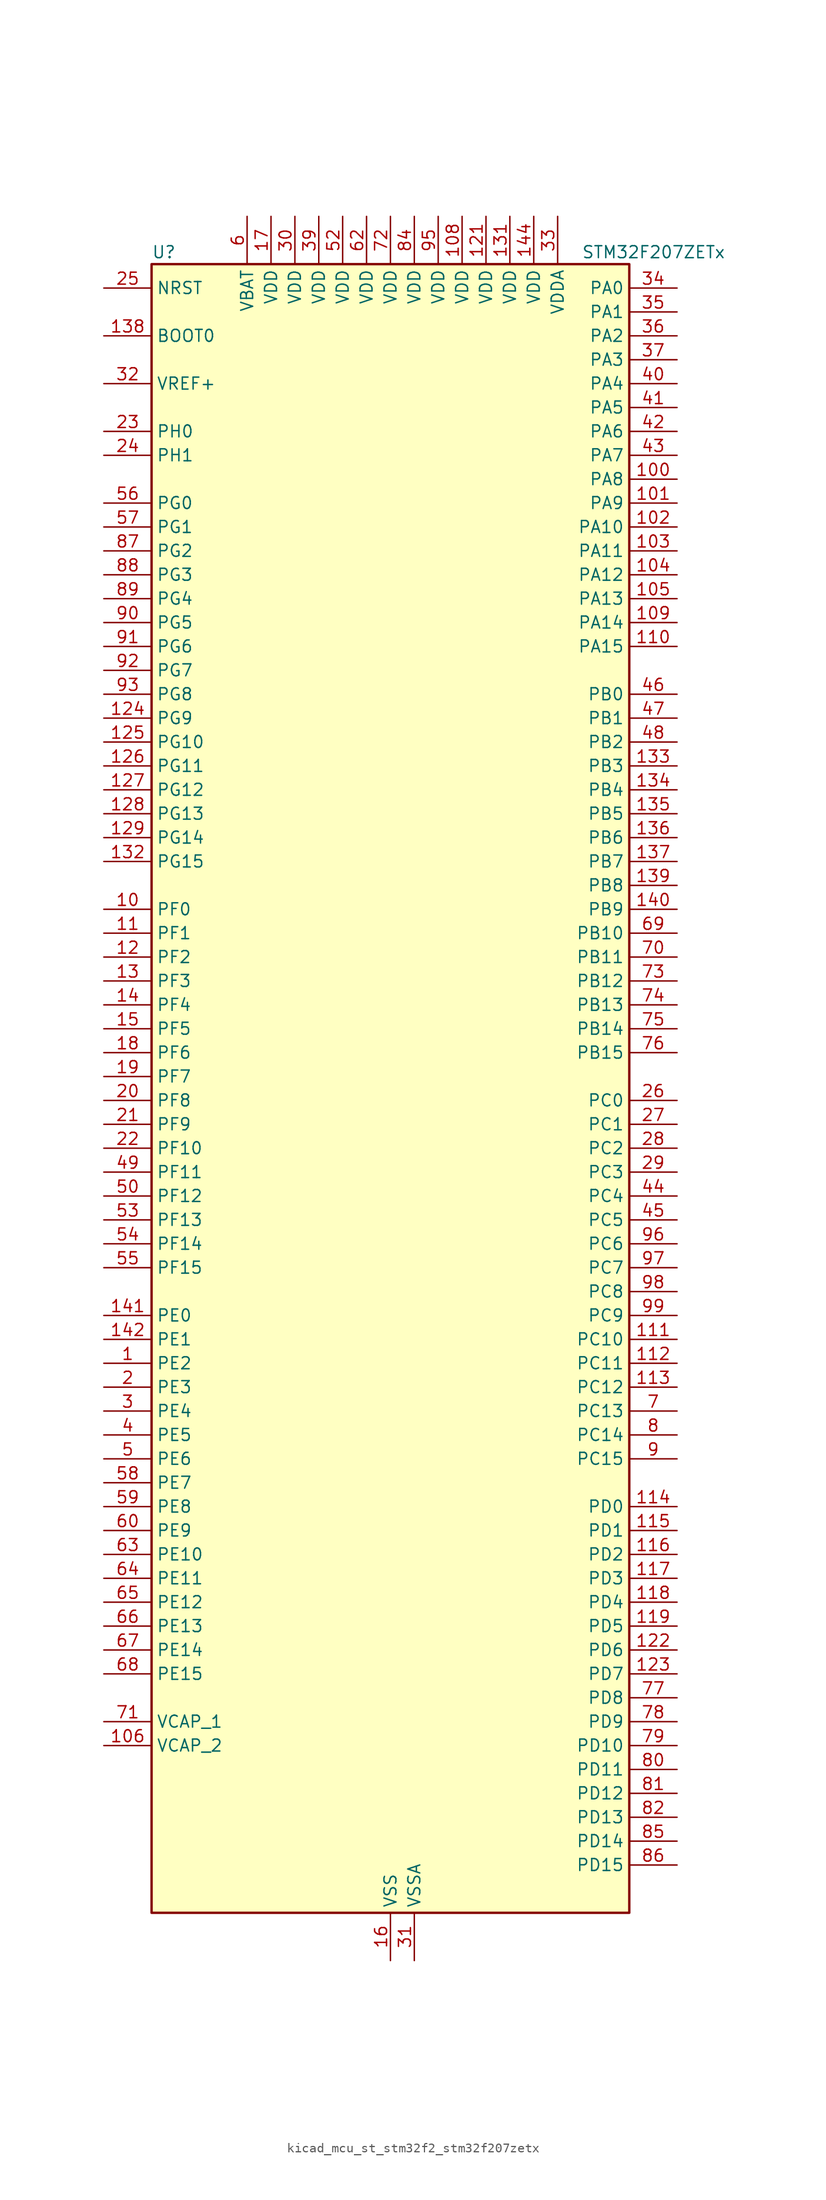
<source format=kicad_sym>
(kicad_symbol_lib
  (version 20220914)
  (generator kicad_symbol_editor)
  (symbol "kicad_mcu_st_stm32f2_stm32f207zetx"
    (property "Reference" "U"
      (at -25.4 90.17 0)
      (effects (font (size 1.27 1.27)) (justify left)))
    (property "Value" "STM32F207ZETx"
      (at 20.32 90.17 0)
      (effects (font (size 1.27 1.27)) (justify left)))
    (property "ki_locked" ""
      (at 0 0 0)
      (effects (font (size 1.27 1.27))))
    (symbol "kicad_mcu_st_stm32f2_stm32f207zetx_0_1"
      (rectangle (start -25.4 -86.36) (end 25.4 88.9) (stroke (width 0.254) (type default)) (fill (type background))))
    (symbol "kicad_mcu_st_stm32f2_stm32f207zetx_1_1"
      (pin bidirectional line (at -30.48 -27.94 0) (length 5.08) (name "PE2" (effects (font (size 1.27 1.27)))) (number "1" (effects (font (size 1.27 1.27)))) (alternate "ETH_TXD3" bidirectional line) (alternate "FSMC_A23" bidirectional line) (alternate "SYS_TRACECLK" bidirectional line))
      (pin bidirectional line (at -30.48 20.32 0) (length 5.08) (name "PF0" (effects (font (size 1.27 1.27)))) (number "10" (effects (font (size 1.27 1.27)))) (alternate "FSMC_A0" bidirectional line) (alternate "I2C2_SDA" bidirectional line))
      (pin bidirectional line (at 30.48 66.04 180) (length 5.08) (name "PA8" (effects (font (size 1.27 1.27)))) (number "100" (effects (font (size 1.27 1.27)))) (alternate "I2C3_SCL" bidirectional line) (alternate "RCC_MCO_1" bidirectional line) (alternate "TIM1_CH1" bidirectional line) (alternate "USART1_CK" bidirectional line) (alternate "USB_OTG_FS_SOF" bidirectional line))
      (pin bidirectional line (at 30.48 63.5 180) (length 5.08) (name "PA9" (effects (font (size 1.27 1.27)))) (number "101" (effects (font (size 1.27 1.27)))) (alternate "DAC_EXTI9" bidirectional line) (alternate "DCMI_D0" bidirectional line) (alternate "I2C3_SMBA" bidirectional line) (alternate "TIM1_CH2" bidirectional line) (alternate "USART1_TX" bidirectional line) (alternate "USB_OTG_FS_VBUS" bidirectional line))
      (pin bidirectional line (at 30.48 60.96 180) (length 5.08) (name "PA10" (effects (font (size 1.27 1.27)))) (number "102" (effects (font (size 1.27 1.27)))) (alternate "DCMI_D1" bidirectional line) (alternate "TIM1_CH3" bidirectional line) (alternate "USART1_RX" bidirectional line) (alternate "USB_OTG_FS_ID" bidirectional line))
      (pin bidirectional line (at 30.48 58.42 180) (length 5.08) (name "PA11" (effects (font (size 1.27 1.27)))) (number "103" (effects (font (size 1.27 1.27)))) (alternate "ADC1_EXTI11" bidirectional line) (alternate "ADC2_EXTI11" bidirectional line) (alternate "ADC3_EXTI11" bidirectional line) (alternate "CAN1_RX" bidirectional line) (alternate "TIM1_CH4" bidirectional line) (alternate "USART1_CTS" bidirectional line) (alternate "USB_OTG_FS_DM" bidirectional line))
      (pin bidirectional line (at 30.48 55.88 180) (length 5.08) (name "PA12" (effects (font (size 1.27 1.27)))) (number "104" (effects (font (size 1.27 1.27)))) (alternate "CAN1_TX" bidirectional line) (alternate "TIM1_ETR" bidirectional line) (alternate "USART1_RTS" bidirectional line) (alternate "USB_OTG_FS_DP" bidirectional line))
      (pin bidirectional line (at 30.48 53.34 180) (length 5.08) (name "PA13" (effects (font (size 1.27 1.27)))) (number "105" (effects (font (size 1.27 1.27)))) (alternate "SYS_JTMS-SWDIO" bidirectional line))
      (pin power_out line (at -30.48 -68.58 0) (length 5.08) (name "VCAP_2" (effects (font (size 1.27 1.27)))) (number "106" (effects (font (size 1.27 1.27)))))
      (pin passive line (at 0 -91.44 90) (length 5.08) hide (name "VSS" (effects (font (size 1.27 1.27)))) (number "107" (effects (font (size 1.27 1.27)))))
      (pin power_in line (at 7.62 93.98 270) (length 5.08) (name "VDD" (effects (font (size 1.27 1.27)))) (number "108" (effects (font (size 1.27 1.27)))))
      (pin bidirectional line (at 30.48 50.8 180) (length 5.08) (name "PA14" (effects (font (size 1.27 1.27)))) (number "109" (effects (font (size 1.27 1.27)))) (alternate "SYS_JTCK-SWCLK" bidirectional line))
      (pin bidirectional line (at -30.48 17.78 0) (length 5.08) (name "PF1" (effects (font (size 1.27 1.27)))) (number "11" (effects (font (size 1.27 1.27)))) (alternate "FSMC_A1" bidirectional line) (alternate "I2C2_SCL" bidirectional line))
      (pin bidirectional line (at 30.48 48.26 180) (length 5.08) (name "PA15" (effects (font (size 1.27 1.27)))) (number "110" (effects (font (size 1.27 1.27)))) (alternate "ADC1_EXTI15" bidirectional line) (alternate "ADC2_EXTI15" bidirectional line) (alternate "ADC3_EXTI15" bidirectional line) (alternate "I2S3_WS" bidirectional line) (alternate "SPI1_NSS" bidirectional line) (alternate "SPI3_NSS" bidirectional line) (alternate "SYS_JTDI" bidirectional line) (alternate "TIM2_CH1" bidirectional line) (alternate "TIM2_ETR" bidirectional line))
      (pin bidirectional line (at 30.48 -25.4 180) (length 5.08) (name "PC10" (effects (font (size 1.27 1.27)))) (number "111" (effects (font (size 1.27 1.27)))) (alternate "DCMI_D8" bidirectional line) (alternate "I2S3_SCK" bidirectional line) (alternate "SDIO_D2" bidirectional line) (alternate "SPI3_SCK" bidirectional line) (alternate "UART4_TX" bidirectional line) (alternate "USART3_TX" bidirectional line))
      (pin bidirectional line (at 30.48 -27.94 180) (length 5.08) (name "PC11" (effects (font (size 1.27 1.27)))) (number "112" (effects (font (size 1.27 1.27)))) (alternate "ADC1_EXTI11" bidirectional line) (alternate "ADC2_EXTI11" bidirectional line) (alternate "ADC3_EXTI11" bidirectional line) (alternate "DCMI_D4" bidirectional line) (alternate "SDIO_D3" bidirectional line) (alternate "SPI3_MISO" bidirectional line) (alternate "UART4_RX" bidirectional line) (alternate "USART3_RX" bidirectional line))
      (pin bidirectional line (at 30.48 -30.48 180) (length 5.08) (name "PC12" (effects (font (size 1.27 1.27)))) (number "113" (effects (font (size 1.27 1.27)))) (alternate "DCMI_D9" bidirectional line) (alternate "I2S3_SD" bidirectional line) (alternate "SDIO_CK" bidirectional line) (alternate "SPI3_MOSI" bidirectional line) (alternate "UART5_TX" bidirectional line) (alternate "USART3_CK" bidirectional line))
      (pin bidirectional line (at 30.48 -43.18 180) (length 5.08) (name "PD0" (effects (font (size 1.27 1.27)))) (number "114" (effects (font (size 1.27 1.27)))) (alternate "CAN1_RX" bidirectional line) (alternate "FSMC_D2" bidirectional line) (alternate "FSMC_DA2" bidirectional line))
      (pin bidirectional line (at 30.48 -45.72 180) (length 5.08) (name "PD1" (effects (font (size 1.27 1.27)))) (number "115" (effects (font (size 1.27 1.27)))) (alternate "CAN1_TX" bidirectional line) (alternate "FSMC_D3" bidirectional line) (alternate "FSMC_DA3" bidirectional line))
      (pin bidirectional line (at 30.48 -48.26 180) (length 5.08) (name "PD2" (effects (font (size 1.27 1.27)))) (number "116" (effects (font (size 1.27 1.27)))) (alternate "DCMI_D11" bidirectional line) (alternate "SDIO_CMD" bidirectional line) (alternate "TIM3_ETR" bidirectional line) (alternate "UART5_RX" bidirectional line))
      (pin bidirectional line (at 30.48 -50.8 180) (length 5.08) (name "PD3" (effects (font (size 1.27 1.27)))) (number "117" (effects (font (size 1.27 1.27)))) (alternate "FSMC_CLK" bidirectional line) (alternate "USART2_CTS" bidirectional line))
      (pin bidirectional line (at 30.48 -53.34 180) (length 5.08) (name "PD4" (effects (font (size 1.27 1.27)))) (number "118" (effects (font (size 1.27 1.27)))) (alternate "FSMC_NOE" bidirectional line) (alternate "USART2_RTS" bidirectional line))
      (pin bidirectional line (at 30.48 -55.88 180) (length 5.08) (name "PD5" (effects (font (size 1.27 1.27)))) (number "119" (effects (font (size 1.27 1.27)))) (alternate "FSMC_NWE" bidirectional line) (alternate "USART2_TX" bidirectional line))
      (pin bidirectional line (at -30.48 15.24 0) (length 5.08) (name "PF2" (effects (font (size 1.27 1.27)))) (number "12" (effects (font (size 1.27 1.27)))) (alternate "FSMC_A2" bidirectional line) (alternate "I2C2_SMBA" bidirectional line))
      (pin passive line (at 0 -91.44 90) (length 5.08) hide (name "VSS" (effects (font (size 1.27 1.27)))) (number "120" (effects (font (size 1.27 1.27)))))
      (pin power_in line (at 10.16 93.98 270) (length 5.08) (name "VDD" (effects (font (size 1.27 1.27)))) (number "121" (effects (font (size 1.27 1.27)))))
      (pin bidirectional line (at 30.48 -58.42 180) (length 5.08) (name "PD6" (effects (font (size 1.27 1.27)))) (number "122" (effects (font (size 1.27 1.27)))) (alternate "FSMC_NWAIT" bidirectional line) (alternate "USART2_RX" bidirectional line))
      (pin bidirectional line (at 30.48 -60.96 180) (length 5.08) (name "PD7" (effects (font (size 1.27 1.27)))) (number "123" (effects (font (size 1.27 1.27)))) (alternate "FSMC_NCE2" bidirectional line) (alternate "FSMC_NE1" bidirectional line) (alternate "USART2_CK" bidirectional line))
      (pin bidirectional line (at -30.48 40.64 0) (length 5.08) (name "PG9" (effects (font (size 1.27 1.27)))) (number "124" (effects (font (size 1.27 1.27)))) (alternate "DAC_EXTI9" bidirectional line) (alternate "FSMC_NCE3" bidirectional line) (alternate "FSMC_NE2" bidirectional line) (alternate "USART6_RX" bidirectional line))
      (pin bidirectional line (at -30.48 38.1 0) (length 5.08) (name "PG10" (effects (font (size 1.27 1.27)))) (number "125" (effects (font (size 1.27 1.27)))) (alternate "FSMC_NCE4_1" bidirectional line) (alternate "FSMC_NE3" bidirectional line))
      (pin bidirectional line (at -30.48 35.56 0) (length 5.08) (name "PG11" (effects (font (size 1.27 1.27)))) (number "126" (effects (font (size 1.27 1.27)))) (alternate "ADC1_EXTI11" bidirectional line) (alternate "ADC2_EXTI11" bidirectional line) (alternate "ADC3_EXTI11" bidirectional line) (alternate "ETH_TX_EN" bidirectional line) (alternate "FSMC_NCE4_2" bidirectional line))
      (pin bidirectional line (at -30.48 33.02 0) (length 5.08) (name "PG12" (effects (font (size 1.27 1.27)))) (number "127" (effects (font (size 1.27 1.27)))) (alternate "FSMC_NE4" bidirectional line) (alternate "USART6_RTS" bidirectional line))
      (pin bidirectional line (at -30.48 30.48 0) (length 5.08) (name "PG13" (effects (font (size 1.27 1.27)))) (number "128" (effects (font (size 1.27 1.27)))) (alternate "ETH_TXD0" bidirectional line) (alternate "FSMC_A24" bidirectional line) (alternate "USART6_CTS" bidirectional line))
      (pin bidirectional line (at -30.48 27.94 0) (length 5.08) (name "PG14" (effects (font (size 1.27 1.27)))) (number "129" (effects (font (size 1.27 1.27)))) (alternate "ETH_TXD1" bidirectional line) (alternate "FSMC_A25" bidirectional line) (alternate "USART6_TX" bidirectional line))
      (pin bidirectional line (at -30.48 12.7 0) (length 5.08) (name "PF3" (effects (font (size 1.27 1.27)))) (number "13" (effects (font (size 1.27 1.27)))) (alternate "ADC3_IN9" bidirectional line) (alternate "FSMC_A3" bidirectional line))
      (pin passive line (at 0 -91.44 90) (length 5.08) hide (name "VSS" (effects (font (size 1.27 1.27)))) (number "130" (effects (font (size 1.27 1.27)))))
      (pin power_in line (at 12.7 93.98 270) (length 5.08) (name "VDD" (effects (font (size 1.27 1.27)))) (number "131" (effects (font (size 1.27 1.27)))))
      (pin bidirectional line (at -30.48 25.4 0) (length 5.08) (name "PG15" (effects (font (size 1.27 1.27)))) (number "132" (effects (font (size 1.27 1.27)))) (alternate "ADC1_EXTI15" bidirectional line) (alternate "ADC2_EXTI15" bidirectional line) (alternate "ADC3_EXTI15" bidirectional line) (alternate "DCMI_D13" bidirectional line) (alternate "USART6_CTS" bidirectional line))
      (pin bidirectional line (at 30.48 35.56 180) (length 5.08) (name "PB3" (effects (font (size 1.27 1.27)))) (number "133" (effects (font (size 1.27 1.27)))) (alternate "I2S3_SCK" bidirectional line) (alternate "SPI1_SCK" bidirectional line) (alternate "SPI3_SCK" bidirectional line) (alternate "SYS_JTDO-SWO" bidirectional line) (alternate "TIM2_CH2" bidirectional line))
      (pin bidirectional line (at 30.48 33.02 180) (length 5.08) (name "PB4" (effects (font (size 1.27 1.27)))) (number "134" (effects (font (size 1.27 1.27)))) (alternate "SPI1_MISO" bidirectional line) (alternate "SPI3_MISO" bidirectional line) (alternate "SYS_JTRST" bidirectional line) (alternate "TIM3_CH1" bidirectional line))
      (pin bidirectional line (at 30.48 30.48 180) (length 5.08) (name "PB5" (effects (font (size 1.27 1.27)))) (number "135" (effects (font (size 1.27 1.27)))) (alternate "CAN2_RX" bidirectional line) (alternate "DCMI_D10" bidirectional line) (alternate "ETH_PPS_OUT" bidirectional line) (alternate "I2C1_SMBA" bidirectional line) (alternate "I2S3_SD" bidirectional line) (alternate "SPI1_MOSI" bidirectional line) (alternate "SPI3_MOSI" bidirectional line) (alternate "TIM3_CH2" bidirectional line) (alternate "USB_OTG_HS_ULPI_D7" bidirectional line))
      (pin bidirectional line (at 30.48 27.94 180) (length 5.08) (name "PB6" (effects (font (size 1.27 1.27)))) (number "136" (effects (font (size 1.27 1.27)))) (alternate "CAN2_TX" bidirectional line) (alternate "DCMI_D5" bidirectional line) (alternate "I2C1_SCL" bidirectional line) (alternate "TIM4_CH1" bidirectional line) (alternate "USART1_TX" bidirectional line))
      (pin bidirectional line (at 30.48 25.4 180) (length 5.08) (name "PB7" (effects (font (size 1.27 1.27)))) (number "137" (effects (font (size 1.27 1.27)))) (alternate "DCMI_VSYNC" bidirectional line) (alternate "FSMC_NL" bidirectional line) (alternate "I2C1_SDA" bidirectional line) (alternate "TIM4_CH2" bidirectional line) (alternate "USART1_RX" bidirectional line))
      (pin input line (at -30.48 81.28 0) (length 5.08) (name "BOOT0" (effects (font (size 1.27 1.27)))) (number "138" (effects (font (size 1.27 1.27)))))
      (pin bidirectional line (at 30.48 22.86 180) (length 5.08) (name "PB8" (effects (font (size 1.27 1.27)))) (number "139" (effects (font (size 1.27 1.27)))) (alternate "CAN1_RX" bidirectional line) (alternate "DCMI_D6" bidirectional line) (alternate "ETH_TXD3" bidirectional line) (alternate "I2C1_SCL" bidirectional line) (alternate "SDIO_D4" bidirectional line) (alternate "TIM10_CH1" bidirectional line) (alternate "TIM4_CH3" bidirectional line))
      (pin bidirectional line (at -30.48 10.16 0) (length 5.08) (name "PF4" (effects (font (size 1.27 1.27)))) (number "14" (effects (font (size 1.27 1.27)))) (alternate "ADC3_IN14" bidirectional line) (alternate "FSMC_A4" bidirectional line))
      (pin bidirectional line (at 30.48 20.32 180) (length 5.08) (name "PB9" (effects (font (size 1.27 1.27)))) (number "140" (effects (font (size 1.27 1.27)))) (alternate "CAN1_TX" bidirectional line) (alternate "DAC_EXTI9" bidirectional line) (alternate "DCMI_D7" bidirectional line) (alternate "I2C1_SDA" bidirectional line) (alternate "I2S2_WS" bidirectional line) (alternate "SDIO_D5" bidirectional line) (alternate "SPI2_NSS" bidirectional line) (alternate "TIM11_CH1" bidirectional line) (alternate "TIM4_CH4" bidirectional line))
      (pin bidirectional line (at -30.48 -22.86 0) (length 5.08) (name "PE0" (effects (font (size 1.27 1.27)))) (number "141" (effects (font (size 1.27 1.27)))) (alternate "DCMI_D2" bidirectional line) (alternate "FSMC_NBL0" bidirectional line) (alternate "TIM4_ETR" bidirectional line))
      (pin bidirectional line (at -30.48 -25.4 0) (length 5.08) (name "PE1" (effects (font (size 1.27 1.27)))) (number "142" (effects (font (size 1.27 1.27)))) (alternate "DCMI_D3" bidirectional line) (alternate "FSMC_NBL1" bidirectional line))
      (pin no_connect line (at -25.4 -86.36 0) (length 5.08) hide (name "RFU" (effects (font (size 1.27 1.27)))) (number "143" (effects (font (size 1.27 1.27)))))
      (pin power_in line (at 15.24 93.98 270) (length 5.08) (name "VDD" (effects (font (size 1.27 1.27)))) (number "144" (effects (font (size 1.27 1.27)))))
      (pin bidirectional line (at -30.48 7.62 0) (length 5.08) (name "PF5" (effects (font (size 1.27 1.27)))) (number "15" (effects (font (size 1.27 1.27)))) (alternate "ADC3_IN15" bidirectional line) (alternate "FSMC_A5" bidirectional line))
      (pin power_in line (at 0 -91.44 90) (length 5.08) (name "VSS" (effects (font (size 1.27 1.27)))) (number "16" (effects (font (size 1.27 1.27)))))
      (pin power_in line (at -12.7 93.98 270) (length 5.08) (name "VDD" (effects (font (size 1.27 1.27)))) (number "17" (effects (font (size 1.27 1.27)))))
      (pin bidirectional line (at -30.48 5.08 0) (length 5.08) (name "PF6" (effects (font (size 1.27 1.27)))) (number "18" (effects (font (size 1.27 1.27)))) (alternate "ADC3_IN4" bidirectional line) (alternate "FSMC_NIORD" bidirectional line) (alternate "TIM10_CH1" bidirectional line))
      (pin bidirectional line (at -30.48 2.54 0) (length 5.08) (name "PF7" (effects (font (size 1.27 1.27)))) (number "19" (effects (font (size 1.27 1.27)))) (alternate "ADC3_IN5" bidirectional line) (alternate "FSMC_NREG" bidirectional line) (alternate "TIM11_CH1" bidirectional line))
      (pin bidirectional line (at -30.48 -30.48 0) (length 5.08) (name "PE3" (effects (font (size 1.27 1.27)))) (number "2" (effects (font (size 1.27 1.27)))) (alternate "FSMC_A19" bidirectional line) (alternate "SYS_TRACED0" bidirectional line))
      (pin bidirectional line (at -30.48 0 0) (length 5.08) (name "PF8" (effects (font (size 1.27 1.27)))) (number "20" (effects (font (size 1.27 1.27)))) (alternate "ADC3_IN6" bidirectional line) (alternate "FSMC_NIOWR" bidirectional line) (alternate "TIM13_CH1" bidirectional line))
      (pin bidirectional line (at -30.48 -2.54 0) (length 5.08) (name "PF9" (effects (font (size 1.27 1.27)))) (number "21" (effects (font (size 1.27 1.27)))) (alternate "ADC3_IN7" bidirectional line) (alternate "DAC_EXTI9" bidirectional line) (alternate "FSMC_CD" bidirectional line) (alternate "TIM14_CH1" bidirectional line))
      (pin bidirectional line (at -30.48 -5.08 0) (length 5.08) (name "PF10" (effects (font (size 1.27 1.27)))) (number "22" (effects (font (size 1.27 1.27)))) (alternate "ADC3_IN8" bidirectional line) (alternate "FSMC_INTR" bidirectional line))
      (pin bidirectional line (at -30.48 71.12 0) (length 5.08) (name "PH0" (effects (font (size 1.27 1.27)))) (number "23" (effects (font (size 1.27 1.27)))) (alternate "RCC_OSC_IN" bidirectional line))
      (pin bidirectional line (at -30.48 68.58 0) (length 5.08) (name "PH1" (effects (font (size 1.27 1.27)))) (number "24" (effects (font (size 1.27 1.27)))) (alternate "RCC_OSC_OUT" bidirectional line))
      (pin input line (at -30.48 86.36 0) (length 5.08) (name "NRST" (effects (font (size 1.27 1.27)))) (number "25" (effects (font (size 1.27 1.27)))))
      (pin bidirectional line (at 30.48 0 180) (length 5.08) (name "PC0" (effects (font (size 1.27 1.27)))) (number "26" (effects (font (size 1.27 1.27)))) (alternate "ADC1_IN10" bidirectional line) (alternate "ADC2_IN10" bidirectional line) (alternate "ADC3_IN10" bidirectional line) (alternate "USB_OTG_HS_ULPI_STP" bidirectional line))
      (pin bidirectional line (at 30.48 -2.54 180) (length 5.08) (name "PC1" (effects (font (size 1.27 1.27)))) (number "27" (effects (font (size 1.27 1.27)))) (alternate "ADC1_IN11" bidirectional line) (alternate "ADC2_IN11" bidirectional line) (alternate "ADC3_IN11" bidirectional line) (alternate "ETH_MDC" bidirectional line))
      (pin bidirectional line (at 30.48 -5.08 180) (length 5.08) (name "PC2" (effects (font (size 1.27 1.27)))) (number "28" (effects (font (size 1.27 1.27)))) (alternate "ADC1_IN12" bidirectional line) (alternate "ADC2_IN12" bidirectional line) (alternate "ADC3_IN12" bidirectional line) (alternate "ETH_TXD2" bidirectional line) (alternate "SPI2_MISO" bidirectional line) (alternate "USB_OTG_HS_ULPI_DIR" bidirectional line))
      (pin bidirectional line (at 30.48 -7.62 180) (length 5.08) (name "PC3" (effects (font (size 1.27 1.27)))) (number "29" (effects (font (size 1.27 1.27)))) (alternate "ADC1_IN13" bidirectional line) (alternate "ADC2_IN13" bidirectional line) (alternate "ADC3_IN13" bidirectional line) (alternate "ETH_TX_CLK" bidirectional line) (alternate "I2S2_SD" bidirectional line) (alternate "SPI2_MOSI" bidirectional line) (alternate "USB_OTG_HS_ULPI_NXT" bidirectional line))
      (pin bidirectional line (at -30.48 -33.02 0) (length 5.08) (name "PE4" (effects (font (size 1.27 1.27)))) (number "3" (effects (font (size 1.27 1.27)))) (alternate "DCMI_D4" bidirectional line) (alternate "FSMC_A20" bidirectional line) (alternate "SYS_TRACED1" bidirectional line))
      (pin power_in line (at -10.16 93.98 270) (length 5.08) (name "VDD" (effects (font (size 1.27 1.27)))) (number "30" (effects (font (size 1.27 1.27)))))
      (pin power_in line (at 2.54 -91.44 90) (length 5.08) (name "VSSA" (effects (font (size 1.27 1.27)))) (number "31" (effects (font (size 1.27 1.27)))))
      (pin input line (at -30.48 76.2 0) (length 5.08) (name "VREF+" (effects (font (size 1.27 1.27)))) (number "32" (effects (font (size 1.27 1.27)))))
      (pin power_in line (at 17.78 93.98 270) (length 5.08) (name "VDDA" (effects (font (size 1.27 1.27)))) (number "33" (effects (font (size 1.27 1.27)))))
      (pin bidirectional line (at 30.48 86.36 180) (length 5.08) (name "PA0" (effects (font (size 1.27 1.27)))) (number "34" (effects (font (size 1.27 1.27)))) (alternate "ADC1_IN0" bidirectional line) (alternate "ADC2_IN0" bidirectional line) (alternate "ADC3_IN0" bidirectional line) (alternate "ETH_CRS" bidirectional line) (alternate "SYS_WKUP" bidirectional line) (alternate "TIM2_CH1" bidirectional line) (alternate "TIM2_ETR" bidirectional line) (alternate "TIM5_CH1" bidirectional line) (alternate "TIM8_ETR" bidirectional line) (alternate "UART4_TX" bidirectional line) (alternate "USART2_CTS" bidirectional line))
      (pin bidirectional line (at 30.48 83.82 180) (length 5.08) (name "PA1" (effects (font (size 1.27 1.27)))) (number "35" (effects (font (size 1.27 1.27)))) (alternate "ADC1_IN1" bidirectional line) (alternate "ADC2_IN1" bidirectional line) (alternate "ADC3_IN1" bidirectional line) (alternate "ETH_REF_CLK" bidirectional line) (alternate "ETH_RX_CLK" bidirectional line) (alternate "TIM2_CH2" bidirectional line) (alternate "TIM5_CH2" bidirectional line) (alternate "UART4_RX" bidirectional line) (alternate "USART2_RTS" bidirectional line))
      (pin bidirectional line (at 30.48 81.28 180) (length 5.08) (name "PA2" (effects (font (size 1.27 1.27)))) (number "36" (effects (font (size 1.27 1.27)))) (alternate "ADC1_IN2" bidirectional line) (alternate "ADC2_IN2" bidirectional line) (alternate "ADC3_IN2" bidirectional line) (alternate "ETH_MDIO" bidirectional line) (alternate "TIM2_CH3" bidirectional line) (alternate "TIM5_CH3" bidirectional line) (alternate "TIM9_CH1" bidirectional line) (alternate "USART2_TX" bidirectional line))
      (pin bidirectional line (at 30.48 78.74 180) (length 5.08) (name "PA3" (effects (font (size 1.27 1.27)))) (number "37" (effects (font (size 1.27 1.27)))) (alternate "ADC1_IN3" bidirectional line) (alternate "ADC2_IN3" bidirectional line) (alternate "ADC3_IN3" bidirectional line) (alternate "ETH_COL" bidirectional line) (alternate "TIM2_CH4" bidirectional line) (alternate "TIM5_CH4" bidirectional line) (alternate "TIM9_CH2" bidirectional line) (alternate "USART2_RX" bidirectional line) (alternate "USB_OTG_HS_ULPI_D0" bidirectional line))
      (pin passive line (at 0 -91.44 90) (length 5.08) hide (name "VSS" (effects (font (size 1.27 1.27)))) (number "38" (effects (font (size 1.27 1.27)))))
      (pin power_in line (at -7.62 93.98 270) (length 5.08) (name "VDD" (effects (font (size 1.27 1.27)))) (number "39" (effects (font (size 1.27 1.27)))))
      (pin bidirectional line (at -30.48 -35.56 0) (length 5.08) (name "PE5" (effects (font (size 1.27 1.27)))) (number "4" (effects (font (size 1.27 1.27)))) (alternate "DCMI_D6" bidirectional line) (alternate "FSMC_A21" bidirectional line) (alternate "SYS_TRACED2" bidirectional line) (alternate "TIM9_CH1" bidirectional line))
      (pin bidirectional line (at 30.48 76.2 180) (length 5.08) (name "PA4" (effects (font (size 1.27 1.27)))) (number "40" (effects (font (size 1.27 1.27)))) (alternate "ADC1_IN4" bidirectional line) (alternate "ADC2_IN4" bidirectional line) (alternate "DAC_OUT1" bidirectional line) (alternate "DCMI_HSYNC" bidirectional line) (alternate "I2S3_WS" bidirectional line) (alternate "SPI1_NSS" bidirectional line) (alternate "SPI3_NSS" bidirectional line) (alternate "USART2_CK" bidirectional line) (alternate "USB_OTG_HS_SOF" bidirectional line))
      (pin bidirectional line (at 30.48 73.66 180) (length 5.08) (name "PA5" (effects (font (size 1.27 1.27)))) (number "41" (effects (font (size 1.27 1.27)))) (alternate "ADC1_IN5" bidirectional line) (alternate "ADC2_IN5" bidirectional line) (alternate "DAC_OUT2" bidirectional line) (alternate "SPI1_SCK" bidirectional line) (alternate "TIM2_CH1" bidirectional line) (alternate "TIM2_ETR" bidirectional line) (alternate "TIM8_CH1N" bidirectional line) (alternate "USB_OTG_HS_ULPI_CK" bidirectional line))
      (pin bidirectional line (at 30.48 71.12 180) (length 5.08) (name "PA6" (effects (font (size 1.27 1.27)))) (number "42" (effects (font (size 1.27 1.27)))) (alternate "ADC1_IN6" bidirectional line) (alternate "ADC2_IN6" bidirectional line) (alternate "DCMI_PIXCLK" bidirectional line) (alternate "SPI1_MISO" bidirectional line) (alternate "TIM13_CH1" bidirectional line) (alternate "TIM1_BKIN" bidirectional line) (alternate "TIM3_CH1" bidirectional line) (alternate "TIM8_BKIN" bidirectional line))
      (pin bidirectional line (at 30.48 68.58 180) (length 5.08) (name "PA7" (effects (font (size 1.27 1.27)))) (number "43" (effects (font (size 1.27 1.27)))) (alternate "ADC1_IN7" bidirectional line) (alternate "ADC2_IN7" bidirectional line) (alternate "ETH_CRS_DV" bidirectional line) (alternate "ETH_RX_DV" bidirectional line) (alternate "SPI1_MOSI" bidirectional line) (alternate "TIM14_CH1" bidirectional line) (alternate "TIM1_CH1N" bidirectional line) (alternate "TIM3_CH2" bidirectional line) (alternate "TIM8_CH1N" bidirectional line))
      (pin bidirectional line (at 30.48 -10.16 180) (length 5.08) (name "PC4" (effects (font (size 1.27 1.27)))) (number "44" (effects (font (size 1.27 1.27)))) (alternate "ADC1_IN14" bidirectional line) (alternate "ADC2_IN14" bidirectional line) (alternate "ETH_RXD0" bidirectional line))
      (pin bidirectional line (at 30.48 -12.7 180) (length 5.08) (name "PC5" (effects (font (size 1.27 1.27)))) (number "45" (effects (font (size 1.27 1.27)))) (alternate "ADC1_IN15" bidirectional line) (alternate "ADC2_IN15" bidirectional line) (alternate "ETH_RXD1" bidirectional line))
      (pin bidirectional line (at 30.48 43.18 180) (length 5.08) (name "PB0" (effects (font (size 1.27 1.27)))) (number "46" (effects (font (size 1.27 1.27)))) (alternate "ADC1_IN8" bidirectional line) (alternate "ADC2_IN8" bidirectional line) (alternate "ETH_RXD2" bidirectional line) (alternate "TIM1_CH2N" bidirectional line) (alternate "TIM3_CH3" bidirectional line) (alternate "TIM8_CH2N" bidirectional line) (alternate "USB_OTG_HS_ULPI_D1" bidirectional line))
      (pin bidirectional line (at 30.48 40.64 180) (length 5.08) (name "PB1" (effects (font (size 1.27 1.27)))) (number "47" (effects (font (size 1.27 1.27)))) (alternate "ADC1_IN9" bidirectional line) (alternate "ADC2_IN9" bidirectional line) (alternate "ETH_RXD3" bidirectional line) (alternate "TIM1_CH3N" bidirectional line) (alternate "TIM3_CH4" bidirectional line) (alternate "TIM8_CH3N" bidirectional line) (alternate "USB_OTG_HS_ULPI_D2" bidirectional line))
      (pin bidirectional line (at 30.48 38.1 180) (length 5.08) (name "PB2" (effects (font (size 1.27 1.27)))) (number "48" (effects (font (size 1.27 1.27)))))
      (pin bidirectional line (at -30.48 -7.62 0) (length 5.08) (name "PF11" (effects (font (size 1.27 1.27)))) (number "49" (effects (font (size 1.27 1.27)))) (alternate "ADC1_EXTI11" bidirectional line) (alternate "ADC2_EXTI11" bidirectional line) (alternate "ADC3_EXTI11" bidirectional line) (alternate "DCMI_D12" bidirectional line))
      (pin bidirectional line (at -30.48 -38.1 0) (length 5.08) (name "PE6" (effects (font (size 1.27 1.27)))) (number "5" (effects (font (size 1.27 1.27)))) (alternate "DCMI_D7" bidirectional line) (alternate "FSMC_A22" bidirectional line) (alternate "SYS_TRACED3" bidirectional line) (alternate "TIM9_CH2" bidirectional line))
      (pin bidirectional line (at -30.48 -10.16 0) (length 5.08) (name "PF12" (effects (font (size 1.27 1.27)))) (number "50" (effects (font (size 1.27 1.27)))) (alternate "FSMC_A6" bidirectional line))
      (pin passive line (at 0 -91.44 90) (length 5.08) hide (name "VSS" (effects (font (size 1.27 1.27)))) (number "51" (effects (font (size 1.27 1.27)))))
      (pin power_in line (at -5.08 93.98 270) (length 5.08) (name "VDD" (effects (font (size 1.27 1.27)))) (number "52" (effects (font (size 1.27 1.27)))))
      (pin bidirectional line (at -30.48 -12.7 0) (length 5.08) (name "PF13" (effects (font (size 1.27 1.27)))) (number "53" (effects (font (size 1.27 1.27)))) (alternate "FSMC_A7" bidirectional line))
      (pin bidirectional line (at -30.48 -15.24 0) (length 5.08) (name "PF14" (effects (font (size 1.27 1.27)))) (number "54" (effects (font (size 1.27 1.27)))) (alternate "FSMC_A8" bidirectional line))
      (pin bidirectional line (at -30.48 -17.78 0) (length 5.08) (name "PF15" (effects (font (size 1.27 1.27)))) (number "55" (effects (font (size 1.27 1.27)))) (alternate "ADC1_EXTI15" bidirectional line) (alternate "ADC2_EXTI15" bidirectional line) (alternate "ADC3_EXTI15" bidirectional line) (alternate "FSMC_A9" bidirectional line))
      (pin bidirectional line (at -30.48 63.5 0) (length 5.08) (name "PG0" (effects (font (size 1.27 1.27)))) (number "56" (effects (font (size 1.27 1.27)))) (alternate "FSMC_A10" bidirectional line))
      (pin bidirectional line (at -30.48 60.96 0) (length 5.08) (name "PG1" (effects (font (size 1.27 1.27)))) (number "57" (effects (font (size 1.27 1.27)))) (alternate "FSMC_A11" bidirectional line))
      (pin bidirectional line (at -30.48 -40.64 0) (length 5.08) (name "PE7" (effects (font (size 1.27 1.27)))) (number "58" (effects (font (size 1.27 1.27)))) (alternate "FSMC_D4" bidirectional line) (alternate "FSMC_DA4" bidirectional line) (alternate "TIM1_ETR" bidirectional line))
      (pin bidirectional line (at -30.48 -43.18 0) (length 5.08) (name "PE8" (effects (font (size 1.27 1.27)))) (number "59" (effects (font (size 1.27 1.27)))) (alternate "FSMC_D5" bidirectional line) (alternate "FSMC_DA5" bidirectional line) (alternate "TIM1_CH1N" bidirectional line))
      (pin power_in line (at -15.24 93.98 270) (length 5.08) (name "VBAT" (effects (font (size 1.27 1.27)))) (number "6" (effects (font (size 1.27 1.27)))))
      (pin bidirectional line (at -30.48 -45.72 0) (length 5.08) (name "PE9" (effects (font (size 1.27 1.27)))) (number "60" (effects (font (size 1.27 1.27)))) (alternate "DAC_EXTI9" bidirectional line) (alternate "FSMC_D6" bidirectional line) (alternate "FSMC_DA6" bidirectional line) (alternate "TIM1_CH1" bidirectional line))
      (pin passive line (at 0 -91.44 90) (length 5.08) hide (name "VSS" (effects (font (size 1.27 1.27)))) (number "61" (effects (font (size 1.27 1.27)))))
      (pin power_in line (at -2.54 93.98 270) (length 5.08) (name "VDD" (effects (font (size 1.27 1.27)))) (number "62" (effects (font (size 1.27 1.27)))))
      (pin bidirectional line (at -30.48 -48.26 0) (length 5.08) (name "PE10" (effects (font (size 1.27 1.27)))) (number "63" (effects (font (size 1.27 1.27)))) (alternate "FSMC_D7" bidirectional line) (alternate "FSMC_DA7" bidirectional line) (alternate "TIM1_CH2N" bidirectional line))
      (pin bidirectional line (at -30.48 -50.8 0) (length 5.08) (name "PE11" (effects (font (size 1.27 1.27)))) (number "64" (effects (font (size 1.27 1.27)))) (alternate "ADC1_EXTI11" bidirectional line) (alternate "ADC2_EXTI11" bidirectional line) (alternate "ADC3_EXTI11" bidirectional line) (alternate "FSMC_D8" bidirectional line) (alternate "FSMC_DA8" bidirectional line) (alternate "TIM1_CH2" bidirectional line))
      (pin bidirectional line (at -30.48 -53.34 0) (length 5.08) (name "PE12" (effects (font (size 1.27 1.27)))) (number "65" (effects (font (size 1.27 1.27)))) (alternate "FSMC_D9" bidirectional line) (alternate "FSMC_DA9" bidirectional line) (alternate "TIM1_CH3N" bidirectional line))
      (pin bidirectional line (at -30.48 -55.88 0) (length 5.08) (name "PE13" (effects (font (size 1.27 1.27)))) (number "66" (effects (font (size 1.27 1.27)))) (alternate "FSMC_D10" bidirectional line) (alternate "FSMC_DA10" bidirectional line) (alternate "TIM1_CH3" bidirectional line))
      (pin bidirectional line (at -30.48 -58.42 0) (length 5.08) (name "PE14" (effects (font (size 1.27 1.27)))) (number "67" (effects (font (size 1.27 1.27)))) (alternate "FSMC_D11" bidirectional line) (alternate "FSMC_DA11" bidirectional line) (alternate "TIM1_CH4" bidirectional line))
      (pin bidirectional line (at -30.48 -60.96 0) (length 5.08) (name "PE15" (effects (font (size 1.27 1.27)))) (number "68" (effects (font (size 1.27 1.27)))) (alternate "ADC1_EXTI15" bidirectional line) (alternate "ADC2_EXTI15" bidirectional line) (alternate "ADC3_EXTI15" bidirectional line) (alternate "FSMC_D12" bidirectional line) (alternate "FSMC_DA12" bidirectional line) (alternate "TIM1_BKIN" bidirectional line))
      (pin bidirectional line (at 30.48 17.78 180) (length 5.08) (name "PB10" (effects (font (size 1.27 1.27)))) (number "69" (effects (font (size 1.27 1.27)))) (alternate "ETH_RX_ER" bidirectional line) (alternate "I2C2_SCL" bidirectional line) (alternate "I2S2_SCK" bidirectional line) (alternate "SPI2_SCK" bidirectional line) (alternate "TIM2_CH3" bidirectional line) (alternate "USART3_TX" bidirectional line) (alternate "USB_OTG_HS_ULPI_D3" bidirectional line))
      (pin bidirectional line (at 30.48 -33.02 180) (length 5.08) (name "PC13" (effects (font (size 1.27 1.27)))) (number "7" (effects (font (size 1.27 1.27)))) (alternate "RTC_AF1" bidirectional line))
      (pin bidirectional line (at 30.48 15.24 180) (length 5.08) (name "PB11" (effects (font (size 1.27 1.27)))) (number "70" (effects (font (size 1.27 1.27)))) (alternate "ADC1_EXTI11" bidirectional line) (alternate "ADC2_EXTI11" bidirectional line) (alternate "ADC3_EXTI11" bidirectional line) (alternate "ETH_TX_EN" bidirectional line) (alternate "I2C2_SDA" bidirectional line) (alternate "TIM2_CH4" bidirectional line) (alternate "USART3_RX" bidirectional line) (alternate "USB_OTG_HS_ULPI_D4" bidirectional line))
      (pin power_out line (at -30.48 -66.04 0) (length 5.08) (name "VCAP_1" (effects (font (size 1.27 1.27)))) (number "71" (effects (font (size 1.27 1.27)))))
      (pin power_in line (at 0 93.98 270) (length 5.08) (name "VDD" (effects (font (size 1.27 1.27)))) (number "72" (effects (font (size 1.27 1.27)))))
      (pin bidirectional line (at 30.48 12.7 180) (length 5.08) (name "PB12" (effects (font (size 1.27 1.27)))) (number "73" (effects (font (size 1.27 1.27)))) (alternate "CAN2_RX" bidirectional line) (alternate "ETH_TXD0" bidirectional line) (alternate "I2C2_SMBA" bidirectional line) (alternate "I2S2_WS" bidirectional line) (alternate "SPI2_NSS" bidirectional line) (alternate "TIM1_BKIN" bidirectional line) (alternate "USART3_CK" bidirectional line) (alternate "USB_OTG_HS_ID" bidirectional line) (alternate "USB_OTG_HS_ULPI_D5" bidirectional line))
      (pin bidirectional line (at 30.48 10.16 180) (length 5.08) (name "PB13" (effects (font (size 1.27 1.27)))) (number "74" (effects (font (size 1.27 1.27)))) (alternate "CAN2_TX" bidirectional line) (alternate "ETH_TXD1" bidirectional line) (alternate "I2S2_SCK" bidirectional line) (alternate "SPI2_SCK" bidirectional line) (alternate "TIM1_CH1N" bidirectional line) (alternate "USART3_CTS" bidirectional line) (alternate "USB_OTG_HS_ULPI_D6" bidirectional line) (alternate "USB_OTG_HS_VBUS" bidirectional line))
      (pin bidirectional line (at 30.48 7.62 180) (length 5.08) (name "PB14" (effects (font (size 1.27 1.27)))) (number "75" (effects (font (size 1.27 1.27)))) (alternate "SPI2_MISO" bidirectional line) (alternate "TIM12_CH1" bidirectional line) (alternate "TIM1_CH2N" bidirectional line) (alternate "TIM8_CH2N" bidirectional line) (alternate "USART3_RTS" bidirectional line) (alternate "USB_OTG_HS_DM" bidirectional line))
      (pin bidirectional line (at 30.48 5.08 180) (length 5.08) (name "PB15" (effects (font (size 1.27 1.27)))) (number "76" (effects (font (size 1.27 1.27)))) (alternate "ADC1_EXTI15" bidirectional line) (alternate "ADC2_EXTI15" bidirectional line) (alternate "ADC3_EXTI15" bidirectional line) (alternate "I2S2_SD" bidirectional line) (alternate "RTC_REFIN" bidirectional line) (alternate "SPI2_MOSI" bidirectional line) (alternate "TIM12_CH2" bidirectional line) (alternate "TIM1_CH3N" bidirectional line) (alternate "TIM8_CH3N" bidirectional line) (alternate "USB_OTG_HS_DP" bidirectional line))
      (pin bidirectional line (at 30.48 -63.5 180) (length 5.08) (name "PD8" (effects (font (size 1.27 1.27)))) (number "77" (effects (font (size 1.27 1.27)))) (alternate "FSMC_D13" bidirectional line) (alternate "FSMC_DA13" bidirectional line) (alternate "USART3_TX" bidirectional line))
      (pin bidirectional line (at 30.48 -66.04 180) (length 5.08) (name "PD9" (effects (font (size 1.27 1.27)))) (number "78" (effects (font (size 1.27 1.27)))) (alternate "DAC_EXTI9" bidirectional line) (alternate "FSMC_D14" bidirectional line) (alternate "FSMC_DA14" bidirectional line) (alternate "USART3_RX" bidirectional line))
      (pin bidirectional line (at 30.48 -68.58 180) (length 5.08) (name "PD10" (effects (font (size 1.27 1.27)))) (number "79" (effects (font (size 1.27 1.27)))) (alternate "FSMC_D15" bidirectional line) (alternate "FSMC_DA15" bidirectional line) (alternate "USART3_CK" bidirectional line))
      (pin bidirectional line (at 30.48 -35.56 180) (length 5.08) (name "PC14" (effects (font (size 1.27 1.27)))) (number "8" (effects (font (size 1.27 1.27)))) (alternate "RCC_OSC32_IN" bidirectional line))
      (pin bidirectional line (at 30.48 -71.12 180) (length 5.08) (name "PD11" (effects (font (size 1.27 1.27)))) (number "80" (effects (font (size 1.27 1.27)))) (alternate "ADC1_EXTI11" bidirectional line) (alternate "ADC2_EXTI11" bidirectional line) (alternate "ADC3_EXTI11" bidirectional line) (alternate "FSMC_A16" bidirectional line) (alternate "FSMC_CLE" bidirectional line) (alternate "USART3_CTS" bidirectional line))
      (pin bidirectional line (at 30.48 -73.66 180) (length 5.08) (name "PD12" (effects (font (size 1.27 1.27)))) (number "81" (effects (font (size 1.27 1.27)))) (alternate "FSMC_A17" bidirectional line) (alternate "FSMC_ALE" bidirectional line) (alternate "TIM4_CH1" bidirectional line) (alternate "USART3_RTS" bidirectional line))
      (pin bidirectional line (at 30.48 -76.2 180) (length 5.08) (name "PD13" (effects (font (size 1.27 1.27)))) (number "82" (effects (font (size 1.27 1.27)))) (alternate "FSMC_A18" bidirectional line) (alternate "TIM4_CH2" bidirectional line))
      (pin passive line (at 0 -91.44 90) (length 5.08) hide (name "VSS" (effects (font (size 1.27 1.27)))) (number "83" (effects (font (size 1.27 1.27)))))
      (pin power_in line (at 2.54 93.98 270) (length 5.08) (name "VDD" (effects (font (size 1.27 1.27)))) (number "84" (effects (font (size 1.27 1.27)))))
      (pin bidirectional line (at 30.48 -78.74 180) (length 5.08) (name "PD14" (effects (font (size 1.27 1.27)))) (number "85" (effects (font (size 1.27 1.27)))) (alternate "FSMC_D0" bidirectional line) (alternate "FSMC_DA0" bidirectional line) (alternate "TIM4_CH3" bidirectional line))
      (pin bidirectional line (at 30.48 -81.28 180) (length 5.08) (name "PD15" (effects (font (size 1.27 1.27)))) (number "86" (effects (font (size 1.27 1.27)))) (alternate "ADC1_EXTI15" bidirectional line) (alternate "ADC2_EXTI15" bidirectional line) (alternate "ADC3_EXTI15" bidirectional line) (alternate "FSMC_D1" bidirectional line) (alternate "FSMC_DA1" bidirectional line) (alternate "TIM4_CH4" bidirectional line))
      (pin bidirectional line (at -30.48 58.42 0) (length 5.08) (name "PG2" (effects (font (size 1.27 1.27)))) (number "87" (effects (font (size 1.27 1.27)))) (alternate "FSMC_A12" bidirectional line))
      (pin bidirectional line (at -30.48 55.88 0) (length 5.08) (name "PG3" (effects (font (size 1.27 1.27)))) (number "88" (effects (font (size 1.27 1.27)))) (alternate "FSMC_A13" bidirectional line))
      (pin bidirectional line (at -30.48 53.34 0) (length 5.08) (name "PG4" (effects (font (size 1.27 1.27)))) (number "89" (effects (font (size 1.27 1.27)))) (alternate "FSMC_A14" bidirectional line))
      (pin bidirectional line (at 30.48 -38.1 180) (length 5.08) (name "PC15" (effects (font (size 1.27 1.27)))) (number "9" (effects (font (size 1.27 1.27)))) (alternate "ADC1_EXTI15" bidirectional line) (alternate "ADC2_EXTI15" bidirectional line) (alternate "ADC3_EXTI15" bidirectional line) (alternate "RCC_OSC32_OUT" bidirectional line))
      (pin bidirectional line (at -30.48 50.8 0) (length 5.08) (name "PG5" (effects (font (size 1.27 1.27)))) (number "90" (effects (font (size 1.27 1.27)))) (alternate "FSMC_A15" bidirectional line))
      (pin bidirectional line (at -30.48 48.26 0) (length 5.08) (name "PG6" (effects (font (size 1.27 1.27)))) (number "91" (effects (font (size 1.27 1.27)))) (alternate "FSMC_INT2" bidirectional line))
      (pin bidirectional line (at -30.48 45.72 0) (length 5.08) (name "PG7" (effects (font (size 1.27 1.27)))) (number "92" (effects (font (size 1.27 1.27)))) (alternate "FSMC_INT3" bidirectional line) (alternate "USART6_CK" bidirectional line))
      (pin bidirectional line (at -30.48 43.18 0) (length 5.08) (name "PG8" (effects (font (size 1.27 1.27)))) (number "93" (effects (font (size 1.27 1.27)))) (alternate "ETH_PPS_OUT" bidirectional line) (alternate "USART6_RTS" bidirectional line))
      (pin passive line (at 0 -91.44 90) (length 5.08) hide (name "VSS" (effects (font (size 1.27 1.27)))) (number "94" (effects (font (size 1.27 1.27)))))
      (pin power_in line (at 5.08 93.98 270) (length 5.08) (name "VDD" (effects (font (size 1.27 1.27)))) (number "95" (effects (font (size 1.27 1.27)))))
      (pin bidirectional line (at 30.48 -15.24 180) (length 5.08) (name "PC6" (effects (font (size 1.27 1.27)))) (number "96" (effects (font (size 1.27 1.27)))) (alternate "DCMI_D0" bidirectional line) (alternate "I2S2_MCK" bidirectional line) (alternate "SDIO_D6" bidirectional line) (alternate "TIM3_CH1" bidirectional line) (alternate "TIM8_CH1" bidirectional line) (alternate "USART6_TX" bidirectional line))
      (pin bidirectional line (at 30.48 -17.78 180) (length 5.08) (name "PC7" (effects (font (size 1.27 1.27)))) (number "97" (effects (font (size 1.27 1.27)))) (alternate "DCMI_D1" bidirectional line) (alternate "I2S3_MCK" bidirectional line) (alternate "SDIO_D7" bidirectional line) (alternate "TIM3_CH2" bidirectional line) (alternate "TIM8_CH2" bidirectional line) (alternate "USART6_RX" bidirectional line))
      (pin bidirectional line (at 30.48 -20.32 180) (length 5.08) (name "PC8" (effects (font (size 1.27 1.27)))) (number "98" (effects (font (size 1.27 1.27)))) (alternate "DCMI_D2" bidirectional line) (alternate "SDIO_D0" bidirectional line) (alternate "TIM3_CH3" bidirectional line) (alternate "TIM8_CH3" bidirectional line) (alternate "USART6_CK" bidirectional line))
      (pin bidirectional line (at 30.48 -22.86 180) (length 5.08) (name "PC9" (effects (font (size 1.27 1.27)))) (number "99" (effects (font (size 1.27 1.27)))) (alternate "DAC_EXTI9" bidirectional line) (alternate "DCMI_D3" bidirectional line) (alternate "I2C3_SDA" bidirectional line) (alternate "I2S_CKIN" bidirectional line) (alternate "RCC_MCO_2" bidirectional line) (alternate "SDIO_D1" bidirectional line) (alternate "TIM3_CH4" bidirectional line) (alternate "TIM8_CH4" bidirectional line)))))
</source>
